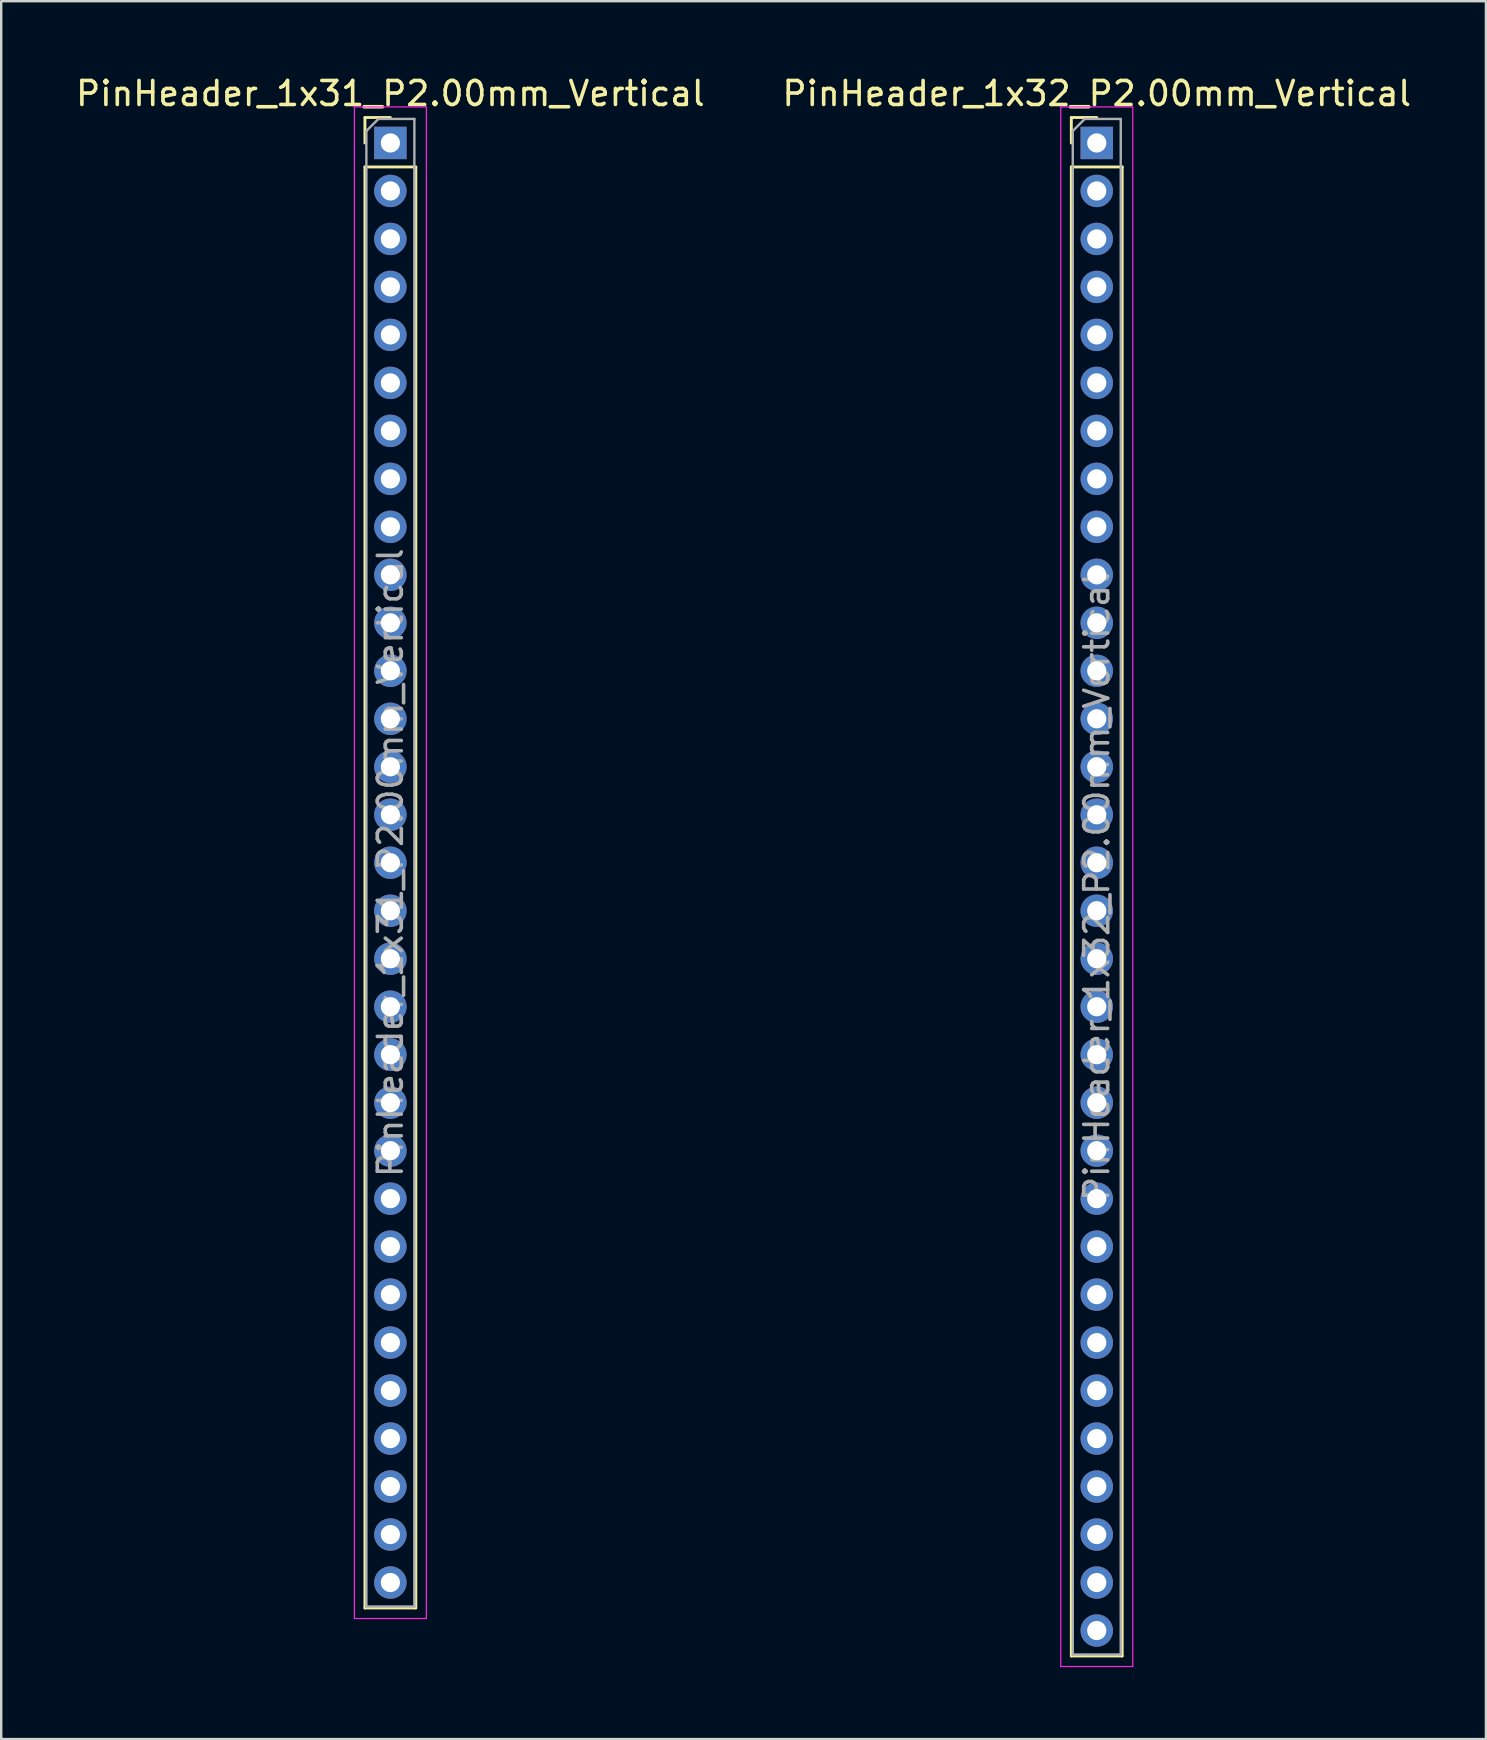
<source format=kicad_pcb>
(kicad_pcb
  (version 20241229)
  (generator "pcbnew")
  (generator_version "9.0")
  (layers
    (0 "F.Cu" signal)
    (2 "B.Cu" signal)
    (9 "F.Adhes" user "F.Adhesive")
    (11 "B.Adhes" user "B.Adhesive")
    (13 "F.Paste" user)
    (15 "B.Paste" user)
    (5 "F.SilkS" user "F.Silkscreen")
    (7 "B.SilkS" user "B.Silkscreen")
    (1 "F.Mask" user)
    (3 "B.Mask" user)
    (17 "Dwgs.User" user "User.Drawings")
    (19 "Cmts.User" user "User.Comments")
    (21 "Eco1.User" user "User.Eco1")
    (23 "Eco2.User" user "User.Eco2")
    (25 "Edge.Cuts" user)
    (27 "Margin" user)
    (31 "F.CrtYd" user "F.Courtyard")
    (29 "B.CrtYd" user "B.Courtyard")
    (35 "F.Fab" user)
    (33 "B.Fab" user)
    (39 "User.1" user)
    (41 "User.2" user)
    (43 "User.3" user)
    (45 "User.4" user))
  (footprint "PinHeader_1x32_P2.00mm_Vertical"
    (layer "F.Cu")
    (at 42.661 2.908)
    (property "Reference" "PinHeader_1x32_P2.00mm_Vertical" (at 0 -2.06 0) (layer "F.SilkS") (effects (font (size 1 1) (thickness 0.15))))
    (attr through_hole)
    (fp_line (start -1.06 -1.06) (end 0 -1.06) (stroke (width 0.12) (type solid)) (layer "F.SilkS"))
    (fp_line (start -1.06 0) (end -1.06 -1.06) (stroke (width 0.12) (type solid)) (layer "F.SilkS"))
    (fp_line (start -1.06 1) (end -1.06 63.06) (stroke (width 0.12) (type solid)) (layer "F.SilkS"))
    (fp_line (start -1.06 1) (end 1.06 1) (stroke (width 0.12) (type solid)) (layer "F.SilkS"))
    (fp_line (start -1.06 63.06) (end 1.06 63.06) (stroke (width 0.12) (type solid)) (layer "F.SilkS"))
    (fp_line (start 1.06 1) (end 1.06 63.06) (stroke (width 0.12) (type solid)) (layer "F.SilkS"))
    (fp_line (start -1.5 -1.5) (end -1.5 63.5) (stroke (width 0.05) (type solid)) (layer "F.CrtYd"))
    (fp_line (start -1.5 63.5) (end 1.5 63.5) (stroke (width 0.05) (type solid)) (layer "F.CrtYd"))
    (fp_line (start 1.5 -1.5) (end -1.5 -1.5) (stroke (width 0.05) (type solid)) (layer "F.CrtYd"))
    (fp_line (start 1.5 63.5) (end 1.5 -1.5) (stroke (width 0.05) (type solid)) (layer "F.CrtYd"))
    (fp_line (start -1 -0.5) (end -0.5 -1) (stroke (width 0.1) (type solid)) (layer "F.Fab"))
    (fp_line (start -1 63) (end -1 -0.5) (stroke (width 0.1) (type solid)) (layer "F.Fab"))
    (fp_line (start -0.5 -1) (end 1 -1) (stroke (width 0.1) (type solid)) (layer "F.Fab"))
    (fp_line (start 1 -1) (end 1 63) (stroke (width 0.1) (type solid)) (layer "F.Fab"))
    (fp_line (start 1 63) (end -1 63) (stroke (width 0.1) (type solid)) (layer "F.Fab"))
    (fp_text user "${REFERENCE}" (at 0 31 90) (layer "F.Fab") (effects (font (size 1 1) (thickness 0.15))))
    (pad "1" thru_hole rect (at 0 0) (size 1.35 1.35) (drill 0.8) (layers "*.Cu" "*.Mask"))
    (pad "2" thru_hole oval (at 0 2) (size 1.35 1.35) (drill 0.8) (layers "*.Cu" "*.Mask"))
    (pad "3" thru_hole oval (at 0 4) (size 1.35 1.35) (drill 0.8) (layers "*.Cu" "*.Mask"))
    (pad "4" thru_hole oval (at 0 6) (size 1.35 1.35) (drill 0.8) (layers "*.Cu" "*.Mask"))
    (pad "5" thru_hole oval (at 0 8) (size 1.35 1.35) (drill 0.8) (layers "*.Cu" "*.Mask"))
    (pad "6" thru_hole oval (at 0 10) (size 1.35 1.35) (drill 0.8) (layers "*.Cu" "*.Mask"))
    (pad "7" thru_hole oval (at 0 12) (size 1.35 1.35) (drill 0.8) (layers "*.Cu" "*.Mask"))
    (pad "8" thru_hole oval (at 0 14) (size 1.35 1.35) (drill 0.8) (layers "*.Cu" "*.Mask"))
    (pad "9" thru_hole oval (at 0 16) (size 1.35 1.35) (drill 0.8) (layers "*.Cu" "*.Mask"))
    (pad "10" thru_hole oval (at 0 18) (size 1.35 1.35) (drill 0.8) (layers "*.Cu" "*.Mask"))
    (pad "11" thru_hole oval (at 0 20) (size 1.35 1.35) (drill 0.8) (layers "*.Cu" "*.Mask"))
    (pad "12" thru_hole oval (at 0 22) (size 1.35 1.35) (drill 0.8) (layers "*.Cu" "*.Mask"))
    (pad "13" thru_hole oval (at 0 24) (size 1.35 1.35) (drill 0.8) (layers "*.Cu" "*.Mask"))
    (pad "14" thru_hole oval (at 0 26) (size 1.35 1.35) (drill 0.8) (layers "*.Cu" "*.Mask"))
    (pad "15" thru_hole oval (at 0 28) (size 1.35 1.35) (drill 0.8) (layers "*.Cu" "*.Mask"))
    (pad "16" thru_hole oval (at 0 30) (size 1.35 1.35) (drill 0.8) (layers "*.Cu" "*.Mask"))
    (pad "17" thru_hole oval (at 0 32) (size 1.35 1.35) (drill 0.8) (layers "*.Cu" "*.Mask"))
    (pad "18" thru_hole oval (at 0 34) (size 1.35 1.35) (drill 0.8) (layers "*.Cu" "*.Mask"))
    (pad "19" thru_hole oval (at 0 36) (size 1.35 1.35) (drill 0.8) (layers "*.Cu" "*.Mask"))
    (pad "20" thru_hole oval (at 0 38) (size 1.35 1.35) (drill 0.8) (layers "*.Cu" "*.Mask"))
    (pad "21" thru_hole oval (at 0 40) (size 1.35 1.35) (drill 0.8) (layers "*.Cu" "*.Mask"))
    (pad "22" thru_hole oval (at 0 42) (size 1.35 1.35) (drill 0.8) (layers "*.Cu" "*.Mask"))
    (pad "23" thru_hole oval (at 0 44) (size 1.35 1.35) (drill 0.8) (layers "*.Cu" "*.Mask"))
    (pad "24" thru_hole oval (at 0 46) (size 1.35 1.35) (drill 0.8) (layers "*.Cu" "*.Mask"))
    (pad "25" thru_hole oval (at 0 48) (size 1.35 1.35) (drill 0.8) (layers "*.Cu" "*.Mask"))
    (pad "26" thru_hole oval (at 0 50) (size 1.35 1.35) (drill 0.8) (layers "*.Cu" "*.Mask"))
    (pad "27" thru_hole oval (at 0 52) (size 1.35 1.35) (drill 0.8) (layers "*.Cu" "*.Mask"))
    (pad "28" thru_hole oval (at 0 54) (size 1.35 1.35) (drill 0.8) (layers "*.Cu" "*.Mask"))
    (pad "29" thru_hole oval (at 0 56) (size 1.35 1.35) (drill 0.8) (layers "*.Cu" "*.Mask"))
    (pad "30" thru_hole oval (at 0 58) (size 1.35 1.35) (drill 0.8) (layers "*.Cu" "*.Mask"))
    (pad "31" thru_hole oval (at 0 60) (size 1.35 1.35) (drill 0.8) (layers "*.Cu" "*.Mask"))
    (pad "32" thru_hole oval (at 0 62) (size 1.35 1.35) (drill 0.8) (layers "*.Cu" "*.Mask")))
  (footprint "PinHeader_1x31_P2.00mm_Vertical"
    (layer "F.Cu")
    (at 13.22 2.908)
    (property "Reference" "PinHeader_1x31_P2.00mm_Vertical" (at 0 -2.06 0) (layer "F.SilkS") (effects (font (size 1 1) (thickness 0.15))))
    (attr through_hole)
    (fp_line (start -1.06 -1.06) (end 0 -1.06) (stroke (width 0.12) (type solid)) (layer "F.SilkS"))
    (fp_line (start -1.06 0) (end -1.06 -1.06) (stroke (width 0.12) (type solid)) (layer "F.SilkS"))
    (fp_line (start -1.06 1) (end -1.06 61.06) (stroke (width 0.12) (type solid)) (layer "F.SilkS"))
    (fp_line (start -1.06 1) (end 1.06 1) (stroke (width 0.12) (type solid)) (layer "F.SilkS"))
    (fp_line (start -1.06 61.06) (end 1.06 61.06) (stroke (width 0.12) (type solid)) (layer "F.SilkS"))
    (fp_line (start 1.06 1) (end 1.06 61.06) (stroke (width 0.12) (type solid)) (layer "F.SilkS"))
    (fp_line (start -1.5 -1.5) (end -1.5 61.5) (stroke (width 0.05) (type solid)) (layer "F.CrtYd"))
    (fp_line (start -1.5 61.5) (end 1.5 61.5) (stroke (width 0.05) (type solid)) (layer "F.CrtYd"))
    (fp_line (start 1.5 -1.5) (end -1.5 -1.5) (stroke (width 0.05) (type solid)) (layer "F.CrtYd"))
    (fp_line (start 1.5 61.5) (end 1.5 -1.5) (stroke (width 0.05) (type solid)) (layer "F.CrtYd"))
    (fp_line (start -1 -0.5) (end -0.5 -1) (stroke (width 0.1) (type solid)) (layer "F.Fab"))
    (fp_line (start -1 61) (end -1 -0.5) (stroke (width 0.1) (type solid)) (layer "F.Fab"))
    (fp_line (start -0.5 -1) (end 1 -1) (stroke (width 0.1) (type solid)) (layer "F.Fab"))
    (fp_line (start 1 -1) (end 1 61) (stroke (width 0.1) (type solid)) (layer "F.Fab"))
    (fp_line (start 1 61) (end -1 61) (stroke (width 0.1) (type solid)) (layer "F.Fab"))
    (fp_text user "${REFERENCE}" (at 0 30 90) (layer "F.Fab") (effects (font (size 1 1) (thickness 0.15))))
    (pad "1" thru_hole rect (at 0 0) (size 1.35 1.35) (drill 0.8) (layers "*.Cu" "*.Mask"))
    (pad "2" thru_hole oval (at 0 2) (size 1.35 1.35) (drill 0.8) (layers "*.Cu" "*.Mask"))
    (pad "3" thru_hole oval (at 0 4) (size 1.35 1.35) (drill 0.8) (layers "*.Cu" "*.Mask"))
    (pad "4" thru_hole oval (at 0 6) (size 1.35 1.35) (drill 0.8) (layers "*.Cu" "*.Mask"))
    (pad "5" thru_hole oval (at 0 8) (size 1.35 1.35) (drill 0.8) (layers "*.Cu" "*.Mask"))
    (pad "6" thru_hole oval (at 0 10) (size 1.35 1.35) (drill 0.8) (layers "*.Cu" "*.Mask"))
    (pad "7" thru_hole oval (at 0 12) (size 1.35 1.35) (drill 0.8) (layers "*.Cu" "*.Mask"))
    (pad "8" thru_hole oval (at 0 14) (size 1.35 1.35) (drill 0.8) (layers "*.Cu" "*.Mask"))
    (pad "9" thru_hole oval (at 0 16) (size 1.35 1.35) (drill 0.8) (layers "*.Cu" "*.Mask"))
    (pad "10" thru_hole oval (at 0 18) (size 1.35 1.35) (drill 0.8) (layers "*.Cu" "*.Mask"))
    (pad "11" thru_hole oval (at 0 20) (size 1.35 1.35) (drill 0.8) (layers "*.Cu" "*.Mask"))
    (pad "12" thru_hole oval (at 0 22) (size 1.35 1.35) (drill 0.8) (layers "*.Cu" "*.Mask"))
    (pad "13" thru_hole oval (at 0 24) (size 1.35 1.35) (drill 0.8) (layers "*.Cu" "*.Mask"))
    (pad "14" thru_hole oval (at 0 26) (size 1.35 1.35) (drill 0.8) (layers "*.Cu" "*.Mask"))
    (pad "15" thru_hole oval (at 0 28) (size 1.35 1.35) (drill 0.8) (layers "*.Cu" "*.Mask"))
    (pad "16" thru_hole oval (at 0 30) (size 1.35 1.35) (drill 0.8) (layers "*.Cu" "*.Mask"))
    (pad "17" thru_hole oval (at 0 32) (size 1.35 1.35) (drill 0.8) (layers "*.Cu" "*.Mask"))
    (pad "18" thru_hole oval (at 0 34) (size 1.35 1.35) (drill 0.8) (layers "*.Cu" "*.Mask"))
    (pad "19" thru_hole oval (at 0 36) (size 1.35 1.35) (drill 0.8) (layers "*.Cu" "*.Mask"))
    (pad "20" thru_hole oval (at 0 38) (size 1.35 1.35) (drill 0.8) (layers "*.Cu" "*.Mask"))
    (pad "21" thru_hole oval (at 0 40) (size 1.35 1.35) (drill 0.8) (layers "*.Cu" "*.Mask"))
    (pad "22" thru_hole oval (at 0 42) (size 1.35 1.35) (drill 0.8) (layers "*.Cu" "*.Mask"))
    (pad "23" thru_hole oval (at 0 44) (size 1.35 1.35) (drill 0.8) (layers "*.Cu" "*.Mask"))
    (pad "24" thru_hole oval (at 0 46) (size 1.35 1.35) (drill 0.8) (layers "*.Cu" "*.Mask"))
    (pad "25" thru_hole oval (at 0 48) (size 1.35 1.35) (drill 0.8) (layers "*.Cu" "*.Mask"))
    (pad "26" thru_hole oval (at 0 50) (size 1.35 1.35) (drill 0.8) (layers "*.Cu" "*.Mask"))
    (pad "27" thru_hole oval (at 0 52) (size 1.35 1.35) (drill 0.8) (layers "*.Cu" "*.Mask"))
    (pad "28" thru_hole oval (at 0 54) (size 1.35 1.35) (drill 0.8) (layers "*.Cu" "*.Mask"))
    (pad "29" thru_hole oval (at 0 56) (size 1.35 1.35) (drill 0.8) (layers "*.Cu" "*.Mask"))
    (pad "30" thru_hole oval (at 0 58) (size 1.35 1.35) (drill 0.8) (layers "*.Cu" "*.Mask"))
    (pad "31" thru_hole oval (at 0 60) (size 1.35 1.35) (drill 0.8) (layers "*.Cu" "*.Mask")))
  (gr_rect
    (start -3 -3)
    (end 58.881 69.433)
    (stroke (width 0.1) (type default))
    (fill no)
    (layer "Edge.Cuts")))
</source>
